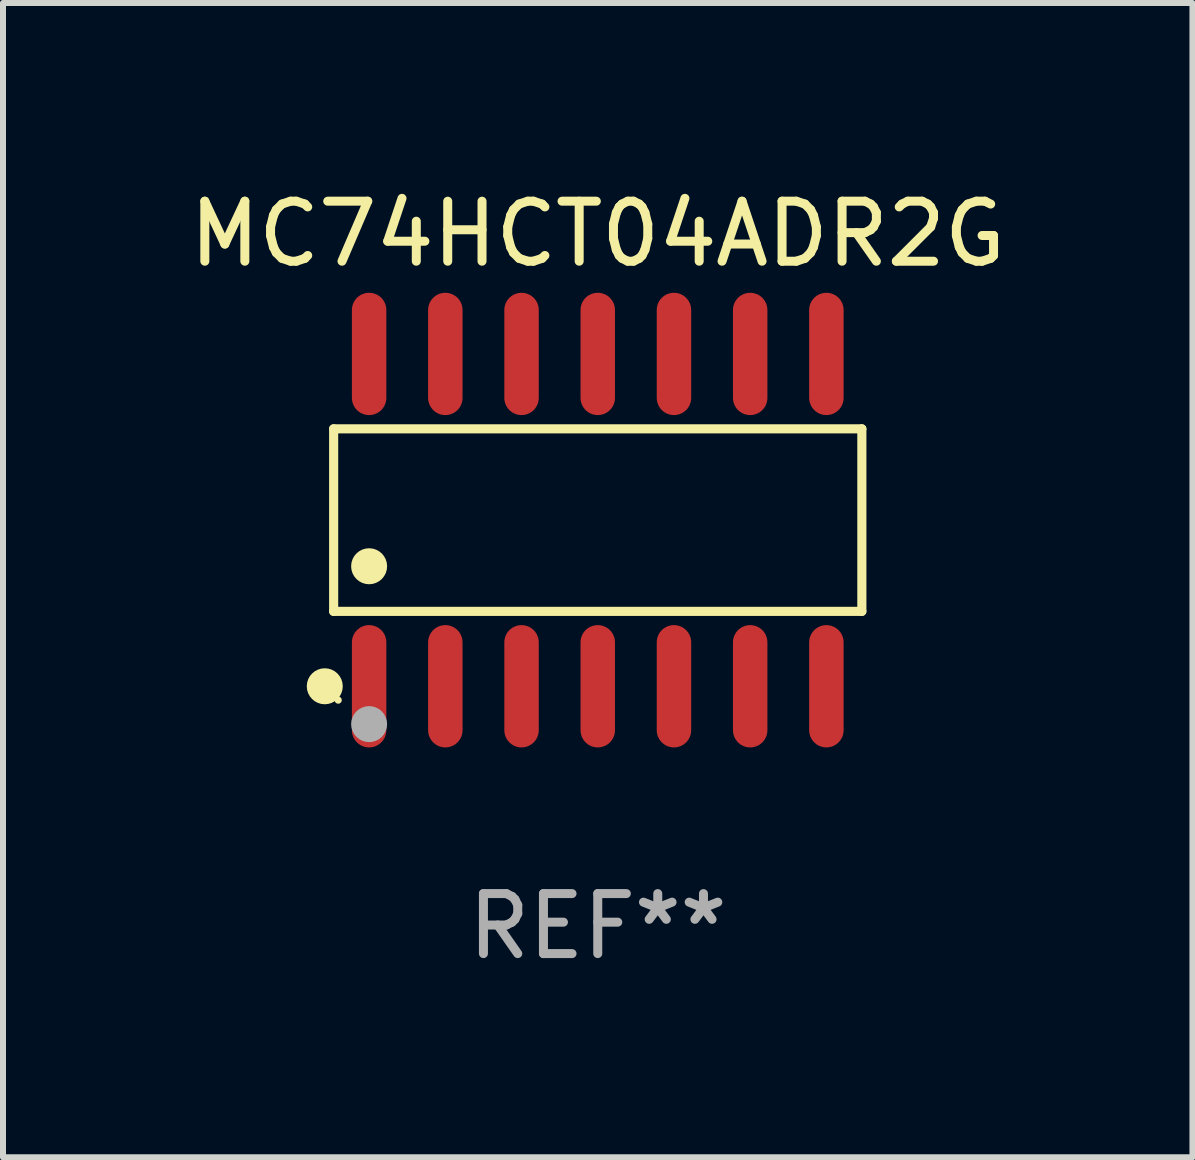
<source format=kicad_pcb>
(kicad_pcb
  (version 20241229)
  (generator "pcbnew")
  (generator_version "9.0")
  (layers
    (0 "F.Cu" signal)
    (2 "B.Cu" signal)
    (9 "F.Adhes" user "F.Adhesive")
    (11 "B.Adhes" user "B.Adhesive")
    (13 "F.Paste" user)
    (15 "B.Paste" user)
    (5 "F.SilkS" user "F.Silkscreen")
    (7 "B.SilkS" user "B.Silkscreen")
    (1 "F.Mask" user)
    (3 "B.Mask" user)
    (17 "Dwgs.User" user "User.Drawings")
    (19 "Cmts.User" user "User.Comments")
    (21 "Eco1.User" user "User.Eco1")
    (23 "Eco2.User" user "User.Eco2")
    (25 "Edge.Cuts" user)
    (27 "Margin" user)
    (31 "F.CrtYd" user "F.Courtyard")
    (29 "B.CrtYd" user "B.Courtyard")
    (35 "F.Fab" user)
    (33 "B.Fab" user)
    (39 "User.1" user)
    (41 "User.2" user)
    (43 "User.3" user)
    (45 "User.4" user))
  (footprint "MC74HCT04ADR2G"
    (layer "F.Cu")
    (at 6.911 5.617)
    (property "Reference" "MC74HCT04ADR2G" (at 0 -4.769 0) (layer "F.SilkS") (effects (font (size 1 1) (thickness 0.15))))
    (attr through_hole)
    (fp_line (start -4.401 -1.521) (end 4.401 -1.521) (stroke (width 0.152) (type solid)) (layer "F.SilkS"))
    (fp_line (start -4.401 1.521) (end -4.401 -1.521) (stroke (width 0.152) (type solid)) (layer "F.SilkS"))
    (fp_line (start 4.401 -1.521) (end 4.401 1.521) (stroke (width 0.152) (type solid)) (layer "F.SilkS"))
    (fp_line (start 4.401 1.521) (end -4.401 1.521) (stroke (width 0.152) (type solid)) (layer "F.SilkS"))
    (fp_circle (center -4.549 2.769) (end -4.399 2.769) (stroke (width 0.3) (type solid)) (fill no) (layer "F.SilkS"))
    (fp_circle (center -4.325 3) (end -4.295 3) (stroke (width 0.06) (type solid)) (fill no) (layer "F.SilkS"))
    (fp_circle (center -3.81 0.769) (end -3.66 0.769) (stroke (width 0.3) (type solid)) (fill no) (layer "F.SilkS"))
    (fp_circle (center -3.81 3.4) (end -3.66 3.4) (stroke (width 0.3) (type solid)) (fill no) (layer "F.Fab"))
    (fp_text user "REF**" (at 0 6.769 0) (layer "F.Fab") (effects (font (size 1 1) (thickness 0.15))))
    (pad "1" smd oval (at -3.81 2.769) (size 0.574 2.038) (layers "F.Cu" "F.Mask" "F.Paste"))
    (pad "2" smd oval (at -2.54 2.769) (size 0.574 2.038) (layers "F.Cu" "F.Mask" "F.Paste"))
    (pad "3" smd oval (at -1.27 2.769) (size 0.574 2.038) (layers "F.Cu" "F.Mask" "F.Paste"))
    (pad "4" smd oval (at 0 2.769) (size 0.574 2.038) (layers "F.Cu" "F.Mask" "F.Paste"))
    (pad "5" smd oval (at 1.27 2.769) (size 0.574 2.038) (layers "F.Cu" "F.Mask" "F.Paste"))
    (pad "6" smd oval (at 2.54 2.769) (size 0.574 2.038) (layers "F.Cu" "F.Mask" "F.Paste"))
    (pad "7" smd oval (at 3.81 2.769) (size 0.574 2.038) (layers "F.Cu" "F.Mask" "F.Paste"))
    (pad "8" smd oval (at 3.81 -2.769) (size 0.574 2.038) (layers "F.Cu" "F.Mask" "F.Paste"))
    (pad "9" smd oval (at 2.54 -2.769) (size 0.574 2.038) (layers "F.Cu" "F.Mask" "F.Paste"))
    (pad "10" smd oval (at 1.27 -2.769) (size 0.574 2.038) (layers "F.Cu" "F.Mask" "F.Paste"))
    (pad "11" smd oval (at 0 -2.769) (size 0.574 2.038) (layers "F.Cu" "F.Mask" "F.Paste"))
    (pad "12" smd oval (at -1.27 -2.769) (size 0.574 2.038) (layers "F.Cu" "F.Mask" "F.Paste"))
    (pad "13" smd oval (at -2.54 -2.769) (size 0.574 2.038) (layers "F.Cu" "F.Mask" "F.Paste"))
    (pad "14" smd oval (at -3.81 -2.769) (size 0.574 2.038) (layers "F.Cu" "F.Mask" "F.Paste")))
  (gr_rect
    (start -3 -3)
    (end 16.821 16.235)
    (stroke (width 0.1) (type default))
    (fill no)
    (layer "Edge.Cuts")))
</source>
